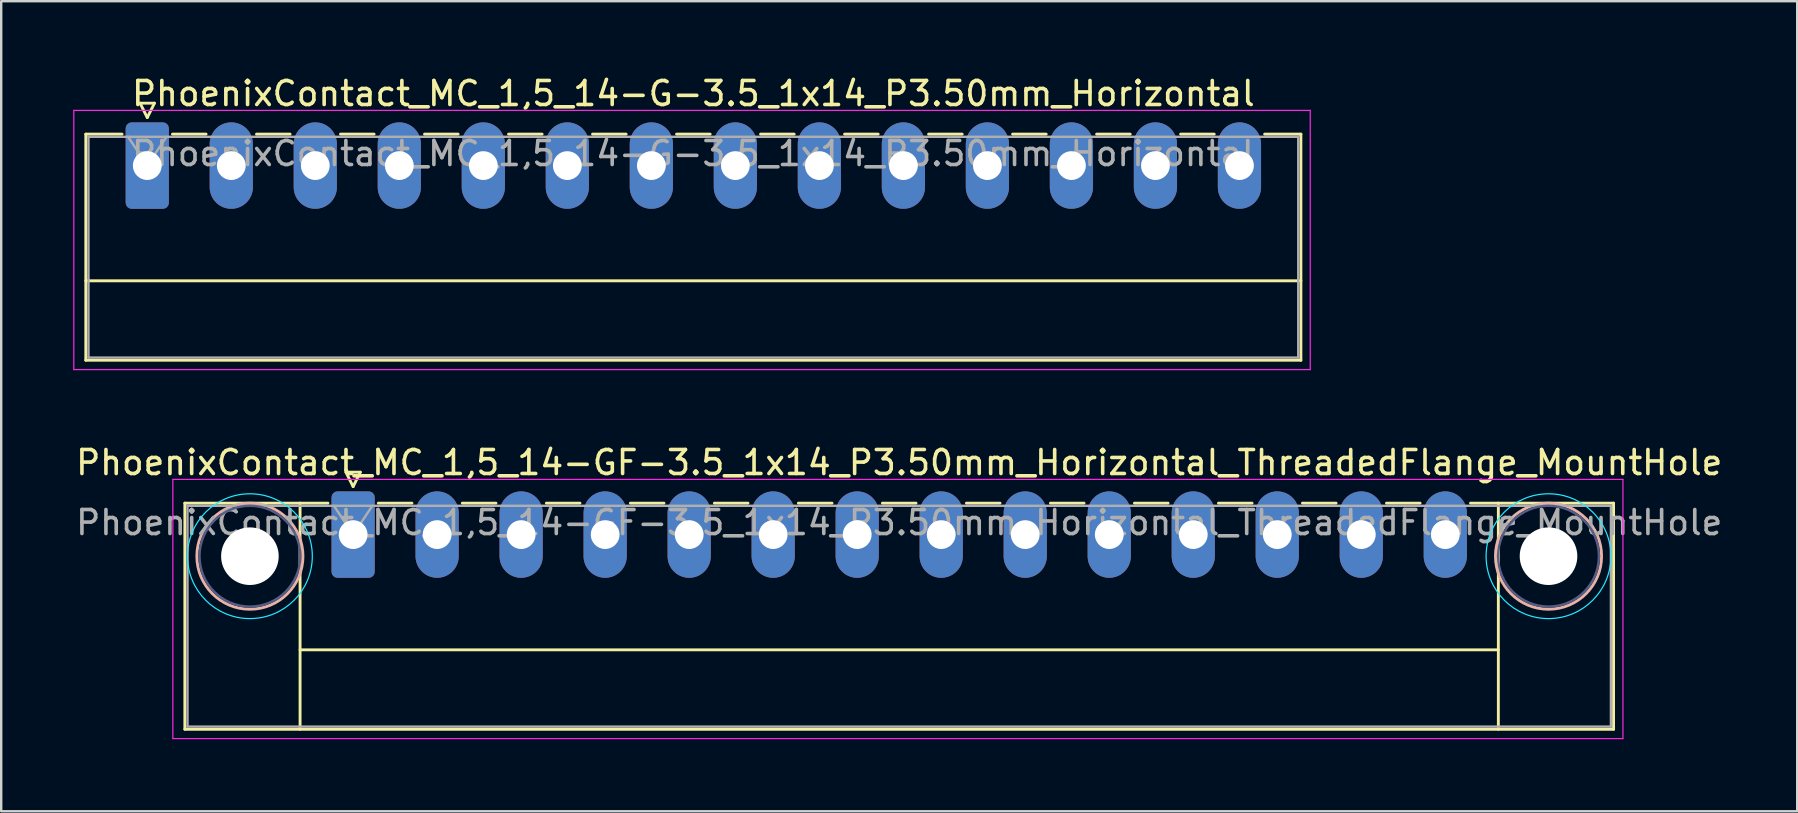
<source format=kicad_pcb>
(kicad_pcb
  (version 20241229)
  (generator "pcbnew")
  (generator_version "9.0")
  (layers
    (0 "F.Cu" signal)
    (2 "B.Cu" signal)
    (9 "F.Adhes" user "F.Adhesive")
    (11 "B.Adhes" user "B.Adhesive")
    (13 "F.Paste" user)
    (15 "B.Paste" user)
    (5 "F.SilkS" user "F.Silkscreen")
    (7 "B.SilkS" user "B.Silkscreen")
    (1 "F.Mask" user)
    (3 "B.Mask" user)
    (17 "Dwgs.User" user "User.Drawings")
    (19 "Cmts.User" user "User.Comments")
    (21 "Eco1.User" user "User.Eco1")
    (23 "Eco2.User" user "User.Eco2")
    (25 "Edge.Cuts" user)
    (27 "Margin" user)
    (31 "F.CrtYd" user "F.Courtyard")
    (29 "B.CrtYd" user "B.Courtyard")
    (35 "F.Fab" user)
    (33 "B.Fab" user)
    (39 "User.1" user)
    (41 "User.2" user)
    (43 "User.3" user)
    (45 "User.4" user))
  (footprint "PhoenixContact_MC_1,5_14-G-3.5_1x14_P3.50mm_Horizontal"
    (layer "F.Cu")
    (at 3.085 3.848)
    (property "Reference" "PhoenixContact_MC_1,5_14-G-3.5_1x14_P3.50mm_Horizontal" (at 22.75 -3 0) (layer "F.SilkS") (effects (font (size 1 1) (thickness 0.15))))
    (attr through_hole)
    (fp_line (start -2.56 -1.31) (end -2.56 8.11) (stroke (width 0.12) (type solid)) (layer "F.SilkS"))
    (fp_line (start -2.56 -1.31) (end -1.05 -1.31) (stroke (width 0.12) (type solid)) (layer "F.SilkS"))
    (fp_line (start -2.56 4.8) (end 48.06 4.8) (stroke (width 0.12) (type solid)) (layer "F.SilkS"))
    (fp_line (start -2.56 8.11) (end 48.06 8.11) (stroke (width 0.12) (type solid)) (layer "F.SilkS"))
    (fp_line (start -0.3 -2.6) (end 0.3 -2.6) (stroke (width 0.12) (type solid)) (layer "F.SilkS"))
    (fp_line (start 0 -2) (end -0.3 -2.6) (stroke (width 0.12) (type solid)) (layer "F.SilkS"))
    (fp_line (start 0.3 -2.6) (end 0 -2) (stroke (width 0.12) (type solid)) (layer "F.SilkS"))
    (fp_line (start 1.05 -1.31) (end 2.45 -1.31) (stroke (width 0.12) (type solid)) (layer "F.SilkS"))
    (fp_line (start 4.55 -1.31) (end 5.95 -1.31) (stroke (width 0.12) (type solid)) (layer "F.SilkS"))
    (fp_line (start 8.05 -1.31) (end 9.45 -1.31) (stroke (width 0.12) (type solid)) (layer "F.SilkS"))
    (fp_line (start 11.55 -1.31) (end 12.95 -1.31) (stroke (width 0.12) (type solid)) (layer "F.SilkS"))
    (fp_line (start 15.05 -1.31) (end 16.45 -1.31) (stroke (width 0.12) (type solid)) (layer "F.SilkS"))
    (fp_line (start 18.55 -1.31) (end 19.95 -1.31) (stroke (width 0.12) (type solid)) (layer "F.SilkS"))
    (fp_line (start 22.05 -1.31) (end 23.45 -1.31) (stroke (width 0.12) (type solid)) (layer "F.SilkS"))
    (fp_line (start 25.55 -1.31) (end 26.95 -1.31) (stroke (width 0.12) (type solid)) (layer "F.SilkS"))
    (fp_line (start 29.05 -1.31) (end 30.45 -1.31) (stroke (width 0.12) (type solid)) (layer "F.SilkS"))
    (fp_line (start 32.55 -1.31) (end 33.95 -1.31) (stroke (width 0.12) (type solid)) (layer "F.SilkS"))
    (fp_line (start 36.05 -1.31) (end 37.45 -1.31) (stroke (width 0.12) (type solid)) (layer "F.SilkS"))
    (fp_line (start 39.55 -1.31) (end 40.95 -1.31) (stroke (width 0.12) (type solid)) (layer "F.SilkS"))
    (fp_line (start 43.05 -1.31) (end 44.45 -1.31) (stroke (width 0.12) (type solid)) (layer "F.SilkS"))
    (fp_line (start 48.06 -1.31) (end 46.55 -1.31) (stroke (width 0.12) (type solid)) (layer "F.SilkS"))
    (fp_line (start 48.06 8.11) (end 48.06 -1.31) (stroke (width 0.12) (type solid)) (layer "F.SilkS"))
    (fp_line (start -3.06 -2.3) (end -3.06 8.5) (stroke (width 0.05) (type solid)) (layer "F.CrtYd"))
    (fp_line (start -3.06 8.5) (end 48.45 8.5) (stroke (width 0.05) (type solid)) (layer "F.CrtYd"))
    (fp_line (start 48.45 -2.3) (end -3.06 -2.3) (stroke (width 0.05) (type solid)) (layer "F.CrtYd"))
    (fp_line (start 48.45 8.5) (end 48.45 -2.3) (stroke (width 0.05) (type solid)) (layer "F.CrtYd"))
    (fp_line (start -2.45 -1.2) (end -2.45 8) (stroke (width 0.1) (type solid)) (layer "F.Fab"))
    (fp_line (start -2.45 8) (end 47.95 8) (stroke (width 0.1) (type solid)) (layer "F.Fab"))
    (fp_line (start 0 0) (end -0.8 -1.2) (stroke (width 0.1) (type solid)) (layer "F.Fab"))
    (fp_line (start 0.8 -1.2) (end 0 0) (stroke (width 0.1) (type solid)) (layer "F.Fab"))
    (fp_line (start 47.95 -1.2) (end -2.45 -1.2) (stroke (width 0.1) (type solid)) (layer "F.Fab"))
    (fp_line (start 47.95 8) (end 47.95 -1.2) (stroke (width 0.1) (type solid)) (layer "F.Fab"))
    (fp_text user "${REFERENCE}" (at 22.75 -0.5 0) (layer "F.Fab") (effects (font (size 1 1) (thickness 0.15))))
    (pad "1" thru_hole roundrect (at 0 0) (size 1.8 3.6) (drill 1.2) (layers "*.Cu" "*.Mask") (roundrect_rratio 0.139))
    (pad "2" thru_hole oval (at 3.5 0) (size 1.8 3.6) (drill 1.2) (layers "*.Cu" "*.Mask"))
    (pad "3" thru_hole oval (at 7 0) (size 1.8 3.6) (drill 1.2) (layers "*.Cu" "*.Mask"))
    (pad "4" thru_hole oval (at 10.5 0) (size 1.8 3.6) (drill 1.2) (layers "*.Cu" "*.Mask"))
    (pad "5" thru_hole oval (at 14 0) (size 1.8 3.6) (drill 1.2) (layers "*.Cu" "*.Mask"))
    (pad "6" thru_hole oval (at 17.5 0) (size 1.8 3.6) (drill 1.2) (layers "*.Cu" "*.Mask"))
    (pad "7" thru_hole oval (at 21 0) (size 1.8 3.6) (drill 1.2) (layers "*.Cu" "*.Mask"))
    (pad "8" thru_hole oval (at 24.5 0) (size 1.8 3.6) (drill 1.2) (layers "*.Cu" "*.Mask"))
    (pad "9" thru_hole oval (at 28 0) (size 1.8 3.6) (drill 1.2) (layers "*.Cu" "*.Mask"))
    (pad "10" thru_hole oval (at 31.5 0) (size 1.8 3.6) (drill 1.2) (layers "*.Cu" "*.Mask"))
    (pad "11" thru_hole oval (at 35 0) (size 1.8 3.6) (drill 1.2) (layers "*.Cu" "*.Mask"))
    (pad "12" thru_hole oval (at 38.5 0) (size 1.8 3.6) (drill 1.2) (layers "*.Cu" "*.Mask"))
    (pad "13" thru_hole oval (at 42 0) (size 1.8 3.6) (drill 1.2) (layers "*.Cu" "*.Mask"))
    (pad "14" thru_hole oval (at 45.5 0) (size 1.8 3.6) (drill 1.2) (layers "*.Cu" "*.Mask")))
  (footprint "PhoenixContact_MC_1,5_14-GF-3.5_1x14_P3.50mm_Horizontal_ThreadedFlange_MountHole"
    (layer "F.Cu")
    (at 11.661 19.221)
    (property "Reference" "PhoenixContact_MC_1,5_14-GF-3.5_1x14_P3.50mm_Horizontal_ThreadedFlange_MountHole" (at 22.75 -3 0) (layer "F.SilkS") (effects (font (size 1 1) (thickness 0.15))))
    (attr through_hole)
    (fp_line (start -7.01 -1.31) (end -7.01 8.11) (stroke (width 0.12) (type solid)) (layer "F.SilkS"))
    (fp_line (start -7.01 -1.31) (end -1.05 -1.31) (stroke (width 0.12) (type solid)) (layer "F.SilkS"))
    (fp_line (start -7.01 8.11) (end 52.51 8.11) (stroke (width 0.12) (type solid)) (layer "F.SilkS"))
    (fp_line (start -2.21 -1.31) (end -2.21 8.11) (stroke (width 0.12) (type solid)) (layer "F.SilkS"))
    (fp_line (start -2.21 4.8) (end 47.71 4.8) (stroke (width 0.12) (type solid)) (layer "F.SilkS"))
    (fp_line (start -0.3 -2.6) (end 0.3 -2.6) (stroke (width 0.12) (type solid)) (layer "F.SilkS"))
    (fp_line (start 0 -2) (end -0.3 -2.6) (stroke (width 0.12) (type solid)) (layer "F.SilkS"))
    (fp_line (start 0.3 -2.6) (end 0 -2) (stroke (width 0.12) (type solid)) (layer "F.SilkS"))
    (fp_line (start 1.05 -1.31) (end 2.45 -1.31) (stroke (width 0.12) (type solid)) (layer "F.SilkS"))
    (fp_line (start 4.55 -1.31) (end 5.95 -1.31) (stroke (width 0.12) (type solid)) (layer "F.SilkS"))
    (fp_line (start 8.05 -1.31) (end 9.45 -1.31) (stroke (width 0.12) (type solid)) (layer "F.SilkS"))
    (fp_line (start 11.55 -1.31) (end 12.95 -1.31) (stroke (width 0.12) (type solid)) (layer "F.SilkS"))
    (fp_line (start 15.05 -1.31) (end 16.45 -1.31) (stroke (width 0.12) (type solid)) (layer "F.SilkS"))
    (fp_line (start 18.55 -1.31) (end 19.95 -1.31) (stroke (width 0.12) (type solid)) (layer "F.SilkS"))
    (fp_line (start 22.05 -1.31) (end 23.45 -1.31) (stroke (width 0.12) (type solid)) (layer "F.SilkS"))
    (fp_line (start 25.55 -1.31) (end 26.95 -1.31) (stroke (width 0.12) (type solid)) (layer "F.SilkS"))
    (fp_line (start 29.05 -1.31) (end 30.45 -1.31) (stroke (width 0.12) (type solid)) (layer "F.SilkS"))
    (fp_line (start 32.55 -1.31) (end 33.95 -1.31) (stroke (width 0.12) (type solid)) (layer "F.SilkS"))
    (fp_line (start 36.05 -1.31) (end 37.45 -1.31) (stroke (width 0.12) (type solid)) (layer "F.SilkS"))
    (fp_line (start 39.55 -1.31) (end 40.95 -1.31) (stroke (width 0.12) (type solid)) (layer "F.SilkS"))
    (fp_line (start 43.05 -1.31) (end 44.45 -1.31) (stroke (width 0.12) (type solid)) (layer "F.SilkS"))
    (fp_line (start 47.71 -1.31) (end 47.71 8.11) (stroke (width 0.12) (type solid)) (layer "F.SilkS"))
    (fp_line (start 52.51 -1.31) (end 46.55 -1.31) (stroke (width 0.12) (type solid)) (layer "F.SilkS"))
    (fp_line (start 52.51 8.11) (end 52.51 -1.31) (stroke (width 0.12) (type solid)) (layer "F.SilkS"))
    (fp_circle (center -4.3 0.9) (end -2.09 0.9) (stroke (width 0.12) (type solid)) (fill no) (layer "B.SilkS"))
    (fp_circle (center 49.8 0.9) (end 52.01 0.9) (stroke (width 0.12) (type solid)) (fill no) (layer "B.SilkS"))
    (fp_circle (center -4.3 0.9) (end -1.7 0.9) (stroke (width 0.05) (type solid)) (fill no) (layer "B.CrtYd"))
    (fp_circle (center 49.8 0.9) (end 52.4 0.9) (stroke (width 0.05) (type solid)) (fill no) (layer "B.CrtYd"))
    (fp_line (start -7.51 -2.3) (end -7.51 8.5) (stroke (width 0.05) (type solid)) (layer "F.CrtYd"))
    (fp_line (start -7.51 8.5) (end 52.9 8.5) (stroke (width 0.05) (type solid)) (layer "F.CrtYd"))
    (fp_line (start 52.9 -2.3) (end -7.51 -2.3) (stroke (width 0.05) (type solid)) (layer "F.CrtYd"))
    (fp_line (start 52.9 8.5) (end 52.9 -2.3) (stroke (width 0.05) (type solid)) (layer "F.CrtYd"))
    (fp_circle (center -4.3 0.9) (end -2.2 0.9) (stroke (width 0.1) (type solid)) (fill no) (layer "B.Fab"))
    (fp_circle (center 49.8 0.9) (end 51.9 0.9) (stroke (width 0.1) (type solid)) (fill no) (layer "B.Fab"))
    (fp_line (start -6.9 -1.2) (end -6.9 8) (stroke (width 0.1) (type solid)) (layer "F.Fab"))
    (fp_line (start -6.9 8) (end 52.4 8) (stroke (width 0.1) (type solid)) (layer "F.Fab"))
    (fp_line (start 0 0) (end -0.8 -1.2) (stroke (width 0.1) (type solid)) (layer "F.Fab"))
    (fp_line (start 0.8 -1.2) (end 0 0) (stroke (width 0.1) (type solid)) (layer "F.Fab"))
    (fp_line (start 52.4 -1.2) (end -6.9 -1.2) (stroke (width 0.1) (type solid)) (layer "F.Fab"))
    (fp_line (start 52.4 8) (end 52.4 -1.2) (stroke (width 0.1) (type solid)) (layer "F.Fab"))
    (fp_text user "${REFERENCE}" (at 22.75 -0.5 0) (layer "F.Fab") (effects (font (size 1 1) (thickness 0.15))))
    (pad "" np_thru_hole circle (at -4.3 0.9) (size 2.4 2.4) (drill 2.4) (layers "*.Cu" "*.Mask"))
    (pad "" np_thru_hole circle (at 49.8 0.9) (size 2.4 2.4) (drill 2.4) (layers "*.Cu" "*.Mask"))
    (pad "1" thru_hole roundrect (at 0 0) (size 1.8 3.6) (drill 1.2) (layers "*.Cu" "*.Mask") (roundrect_rratio 0.139))
    (pad "2" thru_hole oval (at 3.5 0) (size 1.8 3.6) (drill 1.2) (layers "*.Cu" "*.Mask"))
    (pad "3" thru_hole oval (at 7 0) (size 1.8 3.6) (drill 1.2) (layers "*.Cu" "*.Mask"))
    (pad "4" thru_hole oval (at 10.5 0) (size 1.8 3.6) (drill 1.2) (layers "*.Cu" "*.Mask"))
    (pad "5" thru_hole oval (at 14 0) (size 1.8 3.6) (drill 1.2) (layers "*.Cu" "*.Mask"))
    (pad "6" thru_hole oval (at 17.5 0) (size 1.8 3.6) (drill 1.2) (layers "*.Cu" "*.Mask"))
    (pad "7" thru_hole oval (at 21 0) (size 1.8 3.6) (drill 1.2) (layers "*.Cu" "*.Mask"))
    (pad "8" thru_hole oval (at 24.5 0) (size 1.8 3.6) (drill 1.2) (layers "*.Cu" "*.Mask"))
    (pad "9" thru_hole oval (at 28 0) (size 1.8 3.6) (drill 1.2) (layers "*.Cu" "*.Mask"))
    (pad "10" thru_hole oval (at 31.5 0) (size 1.8 3.6) (drill 1.2) (layers "*.Cu" "*.Mask"))
    (pad "11" thru_hole oval (at 35 0) (size 1.8 3.6) (drill 1.2) (layers "*.Cu" "*.Mask"))
    (pad "12" thru_hole oval (at 38.5 0) (size 1.8 3.6) (drill 1.2) (layers "*.Cu" "*.Mask"))
    (pad "13" thru_hole oval (at 42 0) (size 1.8 3.6) (drill 1.2) (layers "*.Cu" "*.Mask"))
    (pad "14" thru_hole oval (at 45.5 0) (size 1.8 3.6) (drill 1.2) (layers "*.Cu" "*.Mask")))
  (gr_rect
    (start -3 -3)
    (end 71.821 30.747)
    (stroke (width 0.1) (type default))
    (fill no)
    (layer "Edge.Cuts")))
</source>
